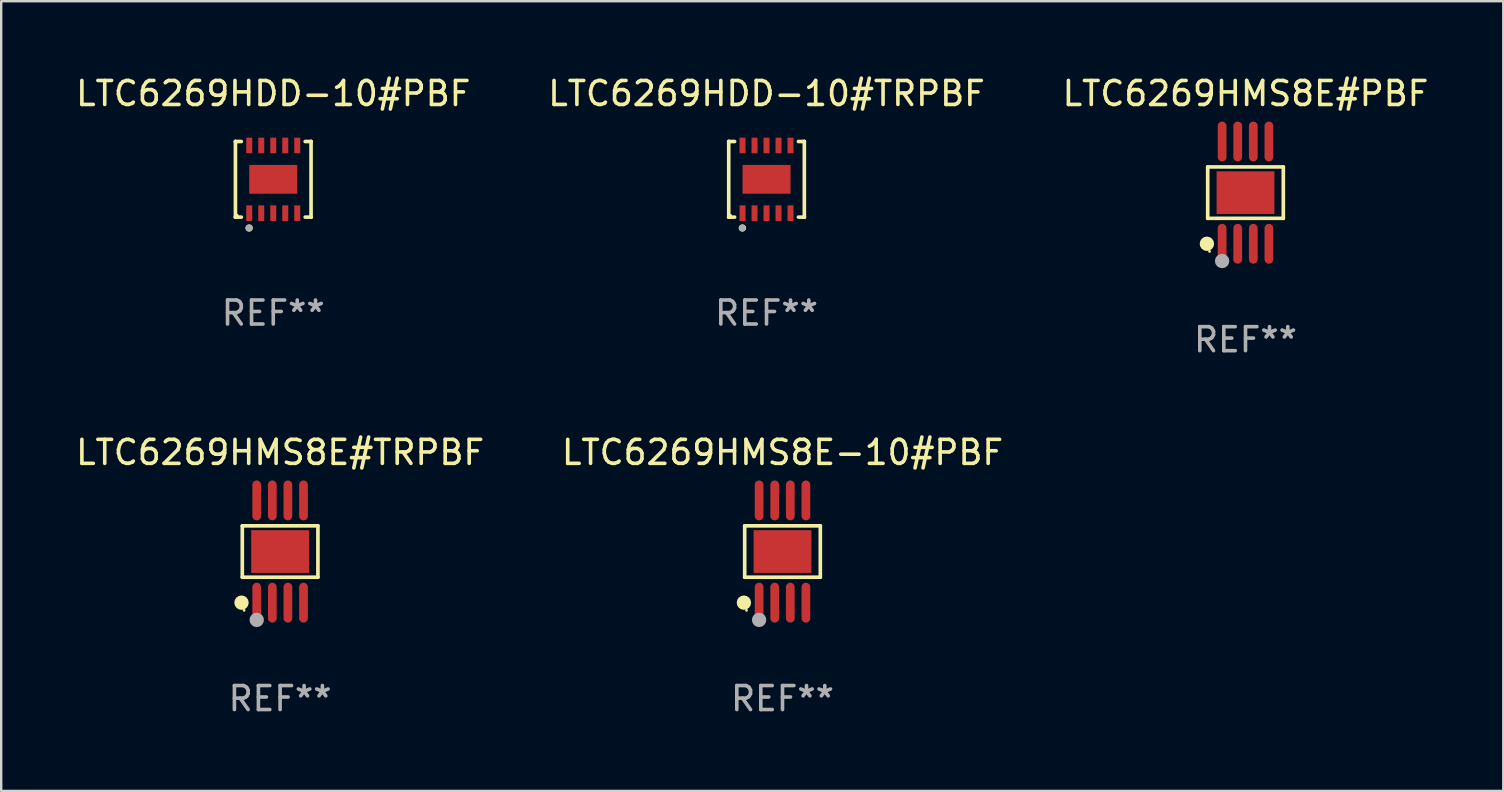
<source format=kicad_pcb>
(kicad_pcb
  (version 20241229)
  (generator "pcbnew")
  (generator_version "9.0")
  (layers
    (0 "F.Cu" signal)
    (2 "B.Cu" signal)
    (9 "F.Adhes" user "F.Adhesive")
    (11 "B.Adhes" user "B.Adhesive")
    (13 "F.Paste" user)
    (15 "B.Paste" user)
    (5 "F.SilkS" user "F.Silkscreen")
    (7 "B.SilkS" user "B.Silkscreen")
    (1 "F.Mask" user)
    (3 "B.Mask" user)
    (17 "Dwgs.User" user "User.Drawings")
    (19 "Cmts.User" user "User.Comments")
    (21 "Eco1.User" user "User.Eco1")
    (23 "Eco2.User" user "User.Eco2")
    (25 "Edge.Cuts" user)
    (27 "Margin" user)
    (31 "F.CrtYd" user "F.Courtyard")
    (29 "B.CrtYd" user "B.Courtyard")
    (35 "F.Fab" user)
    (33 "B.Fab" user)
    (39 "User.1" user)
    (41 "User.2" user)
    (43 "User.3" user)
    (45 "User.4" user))
  (footprint "LTC6269HMS8E-10#PBF"
    (layer "F.Cu")
    (at 29.565 19.938)
    (property "Reference" "LTC6269HMS8E-10#PBF" (at 0 -4.131 0) (layer "F.SilkS") (effects (font (size 1 1) (thickness 0.15))))
    (attr through_hole)
    (fp_line (start -1.576 -1.071) (end 1.576 -1.071) (stroke (width 0.152) (type solid)) (layer "F.SilkS"))
    (fp_line (start -1.576 1.071) (end -1.576 -1.071) (stroke (width 0.152) (type solid)) (layer "F.SilkS"))
    (fp_line (start 1.576 -1.071) (end 1.576 1.071) (stroke (width 0.152) (type solid)) (layer "F.SilkS"))
    (fp_line (start 1.576 1.071) (end -1.576 1.071) (stroke (width 0.152) (type solid)) (layer "F.SilkS"))
    (fp_circle (center -1.609 2.131) (end -1.459 2.131) (stroke (width 0.3) (type solid)) (fill no) (layer "F.SilkS"))
    (fp_circle (center -1.5 2.45) (end -1.47 2.45) (stroke (width 0.06) (type solid)) (fill no) (layer "F.SilkS"))
    (fp_circle (center -0.975 2.85) (end -0.825 2.85) (stroke (width 0.3) (type solid)) (fill no) (layer "F.Fab"))
    (fp_text user "REF**" (at 0 6.131 0) (layer "F.Fab") (effects (font (size 1 1) (thickness 0.15))))
    (pad "1" smd oval (at -0.975 2.131) (size 0.364 1.662) (layers "F.Cu" "F.Mask" "F.Paste"))
    (pad "2" smd oval (at -0.325 2.131) (size 0.364 1.662) (layers "F.Cu" "F.Mask" "F.Paste"))
    (pad "3" smd oval (at 0.325 2.131) (size 0.364 1.662) (layers "F.Cu" "F.Mask" "F.Paste"))
    (pad "4" smd oval (at 0.975 2.131) (size 0.364 1.662) (layers "F.Cu" "F.Mask" "F.Paste"))
    (pad "5" smd oval (at 0.975 -2.131) (size 0.364 1.662) (layers "F.Cu" "F.Mask" "F.Paste"))
    (pad "6" smd oval (at 0.325 -2.131) (size 0.364 1.662) (layers "F.Cu" "F.Mask" "F.Paste"))
    (pad "7" smd oval (at -0.325 -2.131) (size 0.364 1.662) (layers "F.Cu" "F.Mask" "F.Paste"))
    (pad "8" smd oval (at -0.975 -2.131) (size 0.364 1.662) (layers "F.Cu" "F.Mask" "F.Paste"))
    (pad "9" smd rect (at 0 0) (size 2.41 1.78) (layers "F.Cu" "F.Mask" "F.Paste")))
  (footprint "LTC6269HMS8E#PBF"
    (layer "F.Cu")
    (at 48.863 4.979)
    (property "Reference" "LTC6269HMS8E#PBF" (at 0 -4.131 0) (layer "F.SilkS") (effects (font (size 1 1) (thickness 0.15))))
    (attr through_hole)
    (fp_line (start -1.576 -1.071) (end 1.576 -1.071) (stroke (width 0.152) (type solid)) (layer "F.SilkS"))
    (fp_line (start -1.576 1.071) (end -1.576 -1.071) (stroke (width 0.152) (type solid)) (layer "F.SilkS"))
    (fp_line (start 1.576 -1.071) (end 1.576 1.071) (stroke (width 0.152) (type solid)) (layer "F.SilkS"))
    (fp_line (start 1.576 1.071) (end -1.576 1.071) (stroke (width 0.152) (type solid)) (layer "F.SilkS"))
    (fp_circle (center -1.609 2.131) (end -1.459 2.131) (stroke (width 0.3) (type solid)) (fill no) (layer "F.SilkS"))
    (fp_circle (center -1.5 2.45) (end -1.47 2.45) (stroke (width 0.06) (type solid)) (fill no) (layer "F.SilkS"))
    (fp_circle (center -0.975 2.85) (end -0.825 2.85) (stroke (width 0.3) (type solid)) (fill no) (layer "F.Fab"))
    (fp_text user "REF**" (at 0 6.131 0) (layer "F.Fab") (effects (font (size 1 1) (thickness 0.15))))
    (pad "1" smd oval (at -0.975 2.131) (size 0.364 1.662) (layers "F.Cu" "F.Mask" "F.Paste"))
    (pad "2" smd oval (at -0.325 2.131) (size 0.364 1.662) (layers "F.Cu" "F.Mask" "F.Paste"))
    (pad "3" smd oval (at 0.325 2.131) (size 0.364 1.662) (layers "F.Cu" "F.Mask" "F.Paste"))
    (pad "4" smd oval (at 0.975 2.131) (size 0.364 1.662) (layers "F.Cu" "F.Mask" "F.Paste"))
    (pad "5" smd oval (at 0.975 -2.131) (size 0.364 1.662) (layers "F.Cu" "F.Mask" "F.Paste"))
    (pad "6" smd oval (at 0.325 -2.131) (size 0.364 1.662) (layers "F.Cu" "F.Mask" "F.Paste"))
    (pad "7" smd oval (at -0.325 -2.131) (size 0.364 1.662) (layers "F.Cu" "F.Mask" "F.Paste"))
    (pad "8" smd oval (at -0.975 -2.131) (size 0.364 1.662) (layers "F.Cu" "F.Mask" "F.Paste"))
    (pad "9" smd rect (at 0 0) (size 2.41 1.78) (layers "F.Cu" "F.Mask" "F.Paste")))
  (footprint "LTC6269HDD-10#TRPBF"
    (layer "F.Cu")
    (at 28.899 4.424)
    (property "Reference" "LTC6269HDD-10#TRPBF" (at 0 -3.576 0) (layer "F.SilkS") (effects (font (size 1 1) (thickness 0.15))))
    (attr through_hole)
    (fp_line (start -1.576 -1.576) (end -1.576 -1.576) (stroke (width 0.152) (type solid)) (layer "F.SilkS"))
    (fp_line (start -1.576 -1.576) (end -1.331 -1.576) (stroke (width 0.152) (type solid)) (layer "F.SilkS"))
    (fp_line (start -1.576 1.576) (end -1.576 -1.576) (stroke (width 0.152) (type solid)) (layer "F.SilkS"))
    (fp_line (start -1.576 1.576) (end -1.576 1.576) (stroke (width 0.152) (type solid)) (layer "F.SilkS"))
    (fp_line (start -1.331 1.576) (end -1.576 1.576) (stroke (width 0.152) (type solid)) (layer "F.SilkS"))
    (fp_line (start 1.331 1.576) (end 1.576 1.576) (stroke (width 0.152) (type solid)) (layer "F.SilkS"))
    (fp_line (start 1.576 -1.576) (end 1.331 -1.576) (stroke (width 0.152) (type solid)) (layer "F.SilkS"))
    (fp_line (start 1.576 -1.576) (end 1.576 -1.576) (stroke (width 0.152) (type solid)) (layer "F.SilkS"))
    (fp_line (start 1.576 1.576) (end 1.576 -1.576) (stroke (width 0.152) (type solid)) (layer "F.SilkS"))
    (fp_line (start 1.576 1.576) (end 1.576 1.576) (stroke (width 0.152) (type solid)) (layer "F.SilkS"))
    (fp_circle (center -1.5 1.5) (end -1.47 1.5) (stroke (width 0.06) (type solid)) (fill no) (layer "F.SilkS"))
    (fp_circle (center -1 2.028) (end -0.925 2.028) (stroke (width 0.15) (type solid)) (fill no) (layer "F.SilkS"))
    (fp_circle (center -1.016 2.032) (end -0.941 2.032) (stroke (width 0.15) (type solid)) (fill no) (layer "F.Fab"))
    (fp_text user "REF**" (at 0 5.576 0) (layer "F.Fab") (effects (font (size 1 1) (thickness 0.15))))
    (pad "1" smd rect (at -1 1.411) (size 0.25 0.65) (layers "F.Cu" "F.Mask" "F.Paste"))
    (pad "2" smd rect (at -0.5 1.411) (size 0.25 0.65) (layers "F.Cu" "F.Mask" "F.Paste"))
    (pad "3" smd rect (at 0 1.411) (size 0.25 0.65) (layers "F.Cu" "F.Mask" "F.Paste"))
    (pad "4" smd rect (at 0.5 1.411) (size 0.25 0.65) (layers "F.Cu" "F.Mask" "F.Paste"))
    (pad "5" smd rect (at 1 1.411) (size 0.25 0.65) (layers "F.Cu" "F.Mask" "F.Paste"))
    (pad "6" smd rect (at 1 -1.411) (size 0.25 0.65) (layers "F.Cu" "F.Mask" "F.Paste"))
    (pad "7" smd rect (at 0.5 -1.411) (size 0.25 0.65) (layers "F.Cu" "F.Mask" "F.Paste"))
    (pad "8" smd rect (at 0 -1.411) (size 0.25 0.65) (layers "F.Cu" "F.Mask" "F.Paste"))
    (pad "9" smd rect (at -0.5 -1.411) (size 0.25 0.65) (layers "F.Cu" "F.Mask" "F.Paste"))
    (pad "10" smd rect (at -1 -1.411) (size 0.25 0.65) (layers "F.Cu" "F.Mask" "F.Paste"))
    (pad "11" smd rect (at 0 0) (size 2 1.2) (layers "F.Cu" "F.Mask" "F.Paste")))
  (footprint "LTC6269HMS8E#TRPBF"
    (layer "F.Cu")
    (at 8.625 19.938)
    (property "Reference" "LTC6269HMS8E#TRPBF" (at 0 -4.131 0) (layer "F.SilkS") (effects (font (size 1 1) (thickness 0.15))))
    (attr through_hole)
    (fp_line (start -1.576 -1.071) (end 1.576 -1.071) (stroke (width 0.152) (type solid)) (layer "F.SilkS"))
    (fp_line (start -1.576 1.071) (end -1.576 -1.071) (stroke (width 0.152) (type solid)) (layer "F.SilkS"))
    (fp_line (start 1.576 -1.071) (end 1.576 1.071) (stroke (width 0.152) (type solid)) (layer "F.SilkS"))
    (fp_line (start 1.576 1.071) (end -1.576 1.071) (stroke (width 0.152) (type solid)) (layer "F.SilkS"))
    (fp_circle (center -1.609 2.131) (end -1.459 2.131) (stroke (width 0.3) (type solid)) (fill no) (layer "F.SilkS"))
    (fp_circle (center -1.5 2.45) (end -1.47 2.45) (stroke (width 0.06) (type solid)) (fill no) (layer "F.SilkS"))
    (fp_circle (center -0.975 2.85) (end -0.825 2.85) (stroke (width 0.3) (type solid)) (fill no) (layer "F.Fab"))
    (fp_text user "REF**" (at 0 6.131 0) (layer "F.Fab") (effects (font (size 1 1) (thickness 0.15))))
    (pad "1" smd oval (at -0.975 2.131) (size 0.364 1.662) (layers "F.Cu" "F.Mask" "F.Paste"))
    (pad "2" smd oval (at -0.325 2.131) (size 0.364 1.662) (layers "F.Cu" "F.Mask" "F.Paste"))
    (pad "3" smd oval (at 0.325 2.131) (size 0.364 1.662) (layers "F.Cu" "F.Mask" "F.Paste"))
    (pad "4" smd oval (at 0.975 2.131) (size 0.364 1.662) (layers "F.Cu" "F.Mask" "F.Paste"))
    (pad "5" smd oval (at 0.975 -2.131) (size 0.364 1.662) (layers "F.Cu" "F.Mask" "F.Paste"))
    (pad "6" smd oval (at 0.325 -2.131) (size 0.364 1.662) (layers "F.Cu" "F.Mask" "F.Paste"))
    (pad "7" smd oval (at -0.325 -2.131) (size 0.364 1.662) (layers "F.Cu" "F.Mask" "F.Paste"))
    (pad "8" smd oval (at -0.975 -2.131) (size 0.364 1.662) (layers "F.Cu" "F.Mask" "F.Paste"))
    (pad "9" smd rect (at 0 0) (size 2.41 1.78) (layers "F.Cu" "F.Mask" "F.Paste")))
  (footprint "LTC6269HDD-10#PBF"
    (layer "F.Cu")
    (at 8.339 4.424)
    (property "Reference" "LTC6269HDD-10#PBF" (at 0 -3.576 0) (layer "F.SilkS") (effects (font (size 1 1) (thickness 0.15))))
    (attr through_hole)
    (fp_line (start -1.576 -1.576) (end -1.576 -1.576) (stroke (width 0.152) (type solid)) (layer "F.SilkS"))
    (fp_line (start -1.576 -1.576) (end -1.331 -1.576) (stroke (width 0.152) (type solid)) (layer "F.SilkS"))
    (fp_line (start -1.576 1.576) (end -1.576 -1.576) (stroke (width 0.152) (type solid)) (layer "F.SilkS"))
    (fp_line (start -1.576 1.576) (end -1.576 1.576) (stroke (width 0.152) (type solid)) (layer "F.SilkS"))
    (fp_line (start -1.331 1.576) (end -1.576 1.576) (stroke (width 0.152) (type solid)) (layer "F.SilkS"))
    (fp_line (start 1.331 1.576) (end 1.576 1.576) (stroke (width 0.152) (type solid)) (layer "F.SilkS"))
    (fp_line (start 1.576 -1.576) (end 1.331 -1.576) (stroke (width 0.152) (type solid)) (layer "F.SilkS"))
    (fp_line (start 1.576 -1.576) (end 1.576 -1.576) (stroke (width 0.152) (type solid)) (layer "F.SilkS"))
    (fp_line (start 1.576 1.576) (end 1.576 -1.576) (stroke (width 0.152) (type solid)) (layer "F.SilkS"))
    (fp_line (start 1.576 1.576) (end 1.576 1.576) (stroke (width 0.152) (type solid)) (layer "F.SilkS"))
    (fp_circle (center -1.5 1.5) (end -1.47 1.5) (stroke (width 0.06) (type solid)) (fill no) (layer "F.SilkS"))
    (fp_circle (center -1 2.028) (end -0.925 2.028) (stroke (width 0.15) (type solid)) (fill no) (layer "F.SilkS"))
    (fp_circle (center -1.016 2.032) (end -0.941 2.032) (stroke (width 0.15) (type solid)) (fill no) (layer "F.Fab"))
    (fp_text user "REF**" (at 0 5.576 0) (layer "F.Fab") (effects (font (size 1 1) (thickness 0.15))))
    (pad "1" smd rect (at -1 1.411) (size 0.25 0.65) (layers "F.Cu" "F.Mask" "F.Paste"))
    (pad "2" smd rect (at -0.5 1.411) (size 0.25 0.65) (layers "F.Cu" "F.Mask" "F.Paste"))
    (pad "3" smd rect (at 0 1.411) (size 0.25 0.65) (layers "F.Cu" "F.Mask" "F.Paste"))
    (pad "4" smd rect (at 0.5 1.411) (size 0.25 0.65) (layers "F.Cu" "F.Mask" "F.Paste"))
    (pad "5" smd rect (at 1 1.411) (size 0.25 0.65) (layers "F.Cu" "F.Mask" "F.Paste"))
    (pad "6" smd rect (at 1 -1.411) (size 0.25 0.65) (layers "F.Cu" "F.Mask" "F.Paste"))
    (pad "7" smd rect (at 0.5 -1.411) (size 0.25 0.65) (layers "F.Cu" "F.Mask" "F.Paste"))
    (pad "8" smd rect (at 0 -1.411) (size 0.25 0.65) (layers "F.Cu" "F.Mask" "F.Paste"))
    (pad "9" smd rect (at -0.5 -1.411) (size 0.25 0.65) (layers "F.Cu" "F.Mask" "F.Paste"))
    (pad "10" smd rect (at -1 -1.411) (size 0.25 0.65) (layers "F.Cu" "F.Mask" "F.Paste"))
    (pad "11" smd rect (at 0 0) (size 2 1.2) (layers "F.Cu" "F.Mask" "F.Paste")))
  (gr_rect
    (start -3 -3)
    (end 59.607 29.917)
    (stroke (width 0.1) (type default))
    (fill no)
    (layer "Edge.Cuts")))
</source>
